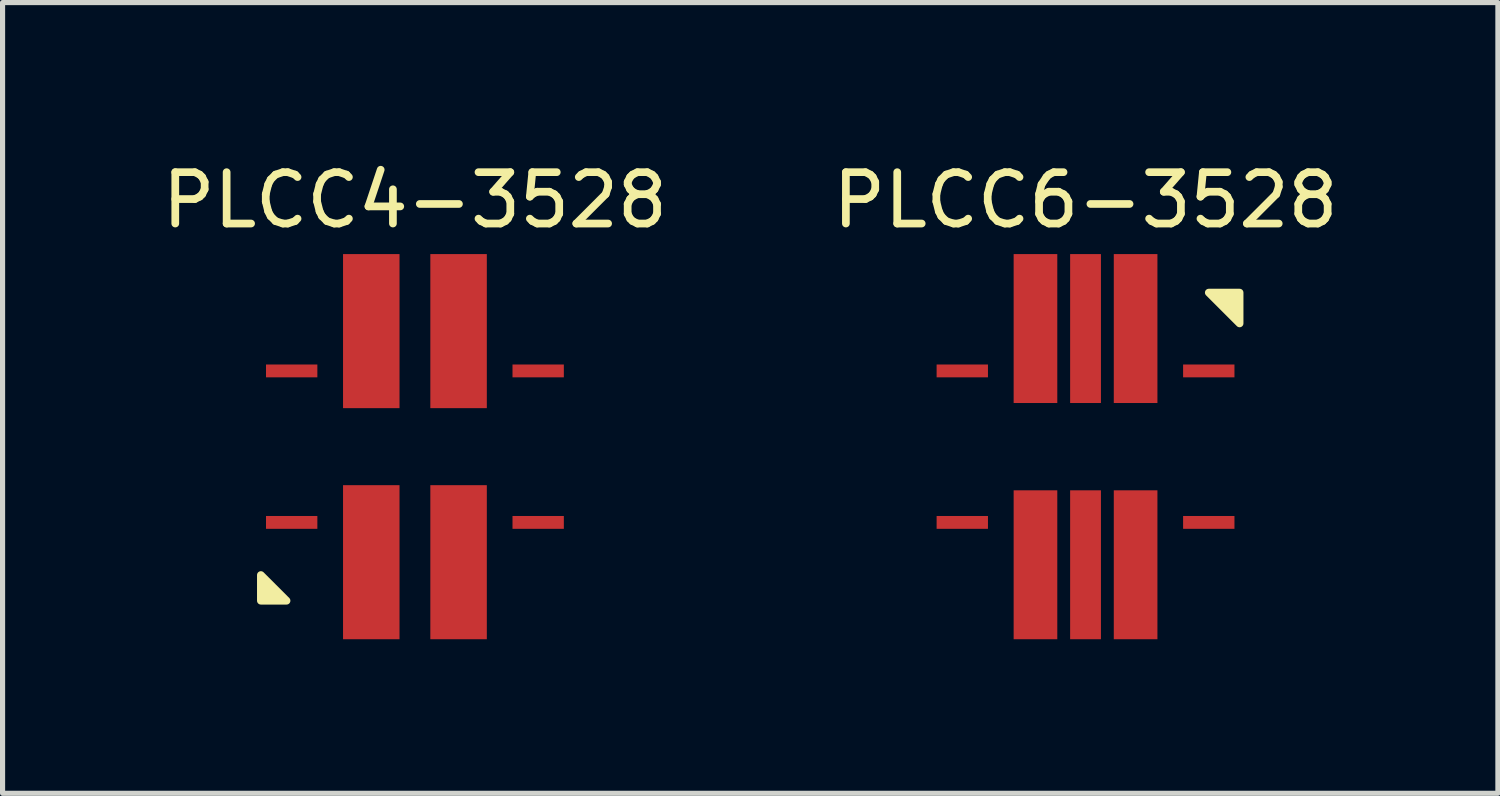
<source format=kicad_pcb>
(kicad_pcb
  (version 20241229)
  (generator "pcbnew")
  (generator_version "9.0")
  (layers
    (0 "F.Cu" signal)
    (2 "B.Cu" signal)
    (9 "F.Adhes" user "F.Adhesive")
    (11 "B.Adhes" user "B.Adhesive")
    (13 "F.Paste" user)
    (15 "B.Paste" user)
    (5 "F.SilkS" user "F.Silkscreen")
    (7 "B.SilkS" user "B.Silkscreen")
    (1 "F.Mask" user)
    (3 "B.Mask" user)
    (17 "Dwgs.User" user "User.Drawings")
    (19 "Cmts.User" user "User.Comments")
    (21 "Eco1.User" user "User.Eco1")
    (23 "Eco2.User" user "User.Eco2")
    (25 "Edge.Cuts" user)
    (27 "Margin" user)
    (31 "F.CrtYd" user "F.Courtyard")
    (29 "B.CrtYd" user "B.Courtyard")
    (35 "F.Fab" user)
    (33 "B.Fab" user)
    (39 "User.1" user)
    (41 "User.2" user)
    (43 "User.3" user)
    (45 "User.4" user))
  (footprint "PLCC6-3528"
    (layer "F.Cu")
    (at 18.089 5.648)
    (property "Reference" "PLCC6-3528" (at 0 -4.8 0) (layer "F.SilkS") (effects (font (size 1 1) (thickness 0.15))))
    (attr smd)
    (fp_poly (pts (xy 2.4 -3) (xy 3 -2.4) (xy 3 -3)) (stroke (width 0.15) (type solid)) (fill yes) (layer "F.SilkS"))
    (pad "1" smd rect (at 0.975 -2.3) (size 0.85 2.9) (layers "F.Cu" "F.Mask" "F.Paste"))
    (pad "2" smd rect (at 0 -2.3) (size 0.6 2.9) (layers "F.Cu" "F.Mask" "F.Paste"))
    (pad "3" smd rect (at -0.975 -2.3) (size 0.85 2.9) (layers "F.Cu" "F.Mask" "F.Paste"))
    (pad "4" smd rect (at -0.975 2.3) (size 0.85 2.9) (layers "F.Cu" "F.Mask" "F.Paste"))
    (pad "5" smd rect (at 0 2.3) (size 0.6 2.9) (layers "F.Cu" "F.Mask" "F.Paste"))
    (pad "6" smd rect (at 0.975 2.3) (size 0.85 2.9) (layers "F.Cu" "F.Mask" "F.Paste"))
    (pad "~" smd rect (at -2.4 -1.475) (size 1 0.25) (layers "F.Cu" "F.Mask" "F.Paste"))
    (pad "~" smd rect (at -2.4 1.475) (size 1 0.25) (layers "F.Cu" "F.Mask" "F.Paste"))
    (pad "~" smd rect (at 2.4 -1.475) (size 1 0.25) (layers "F.Cu" "F.Mask" "F.Paste"))
    (pad "~" smd rect (at 2.4 1.475) (size 1 0.25) (layers "F.Cu" "F.Mask" "F.Paste")))
  (footprint "PLCC4-3528"
    (layer "F.Cu")
    (at 5.03 5.648)
    (property "Reference" "PLCC4-3528" (at 0 -4.8 0) (layer "F.SilkS") (effects (font (size 1 1) (thickness 0.15))))
    (attr through_hole)
    (fp_poly (pts (xy -2.5 3) (xy -3 3) (xy -3 2.5)) (stroke (width 0.15) (type solid)) (fill yes) (layer "F.SilkS"))
    (pad "1" smd rect (at -0.85 2.25) (size 1.1 3) (layers "F.Cu" "F.Mask" "F.Paste"))
    (pad "2" smd rect (at -0.85 -2.25) (size 1.1 3) (layers "F.Cu" "F.Mask" "F.Paste"))
    (pad "3" smd rect (at 0.85 -2.25) (size 1.1 3) (layers "F.Cu" "F.Mask" "F.Paste"))
    (pad "4" smd rect (at 0.85 2.25) (size 1.1 3) (layers "F.Cu" "F.Mask" "F.Paste"))
    (pad "~" smd rect (at -2.4 -1.475) (size 1 0.25) (layers "F.Cu" "F.Mask" "F.Paste"))
    (pad "~" smd rect (at -2.4 1.475) (size 1 0.25) (layers "F.Cu" "F.Mask" "F.Paste"))
    (pad "~" smd rect (at 2.4 -1.475) (size 1 0.25) (layers "F.Cu" "F.Mask" "F.Paste"))
    (pad "~" smd rect (at 2.4 1.475) (size 1 0.25) (layers "F.Cu" "F.Mask" "F.Paste")))
  (gr_rect
    (start -3 -3)
    (end 26.119 12.398)
    (stroke (width 0.1) (type default))
    (fill no)
    (layer "Edge.Cuts")))
</source>
